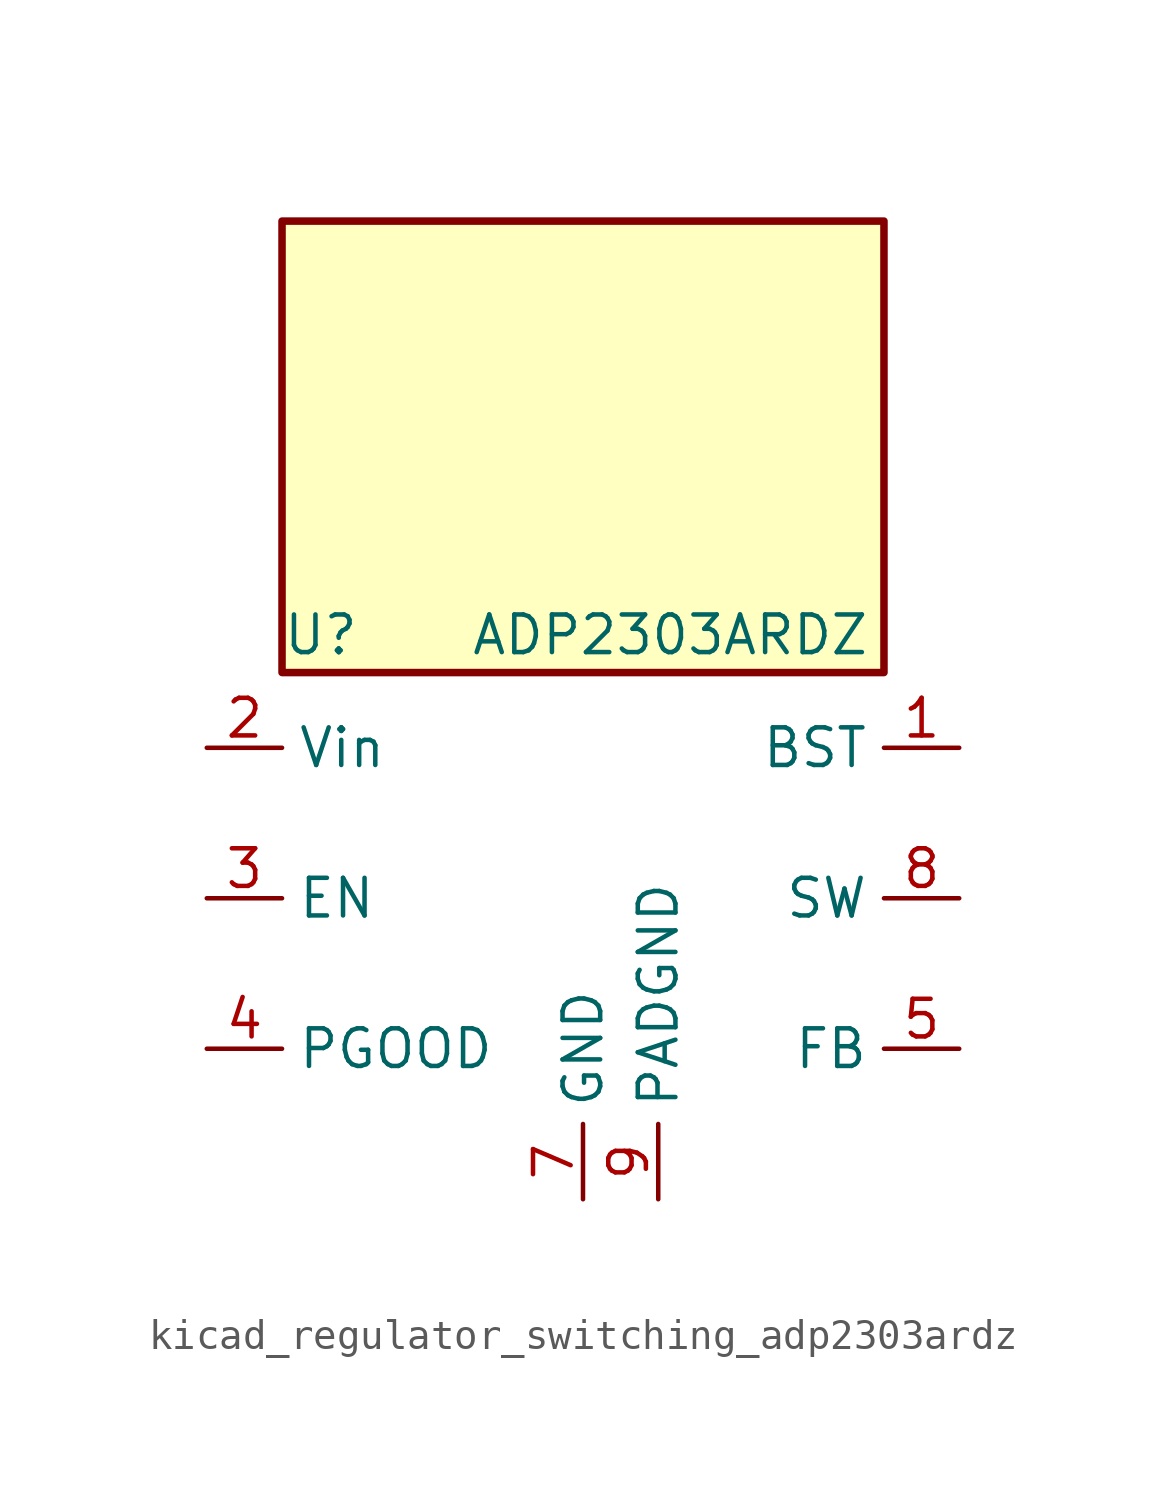
<source format=kicad_sym>
(kicad_symbol_lib
  (version 20220914)
  (generator kicad_symbol_editor)
  (symbol "kicad_regulator_switching_adp2303ardz"
    (property "Reference" "U"
      (at -10.16 8.89 0)
      (effects (font (size 1.27 1.27)) (justify left)))
    (property "Value" "ADP2303ARDZ"
      (at -3.81 8.89 0)
      (effects (font (size 1.27 1.27)) (justify left)))
    (symbol "kicad_regulator_switching_adp2303ardz_0_1"
      (rectangle (start 10.16 22.86) (end -10.16 7.62) (stroke (width 0.254) (type default)) (fill (type background))))
    (symbol "kicad_regulator_switching_adp2303ardz_1_1"
      (pin input line (at 12.7 5.08 180) (length 2.54) (name "BST" (effects (font (size 1.27 1.27)))) (number "1" (effects (font (size 1.27 1.27)))))
      (pin power_in line (at -12.7 5.08 0) (length 2.54) (name "Vin" (effects (font (size 1.27 1.27)))) (number "2" (effects (font (size 1.27 1.27)))))
      (pin input line (at -12.7 0 0) (length 2.54) (name "EN" (effects (font (size 1.27 1.27)))) (number "3" (effects (font (size 1.27 1.27)))))
      (pin output line (at -12.7 -5.08 0) (length 2.54) (name "PGOOD" (effects (font (size 1.27 1.27)))) (number "4" (effects (font (size 1.27 1.27)))))
      (pin input line (at 12.7 -5.08 180) (length 2.54) (name "FB" (effects (font (size 1.27 1.27)))) (number "5" (effects (font (size 1.27 1.27)))))
      (pin no_connect line (at -10.16 2.54 0) (length 2.54) hide (name "NC" (effects (font (size 1.27 1.27)))) (number "6" (effects (font (size 1.27 1.27)))))
      (pin power_in line (at 0 -10.16 90) (length 2.54) (name "GND" (effects (font (size 1.27 1.27)))) (number "7" (effects (font (size 1.27 1.27)))))
      (pin power_out line (at 12.7 0 180) (length 2.54) (name "SW" (effects (font (size 1.27 1.27)))) (number "8" (effects (font (size 1.27 1.27)))))
      (pin power_in line (at 2.54 -10.16 90) (length 2.54) (name "PADGND" (effects (font (size 1.27 1.27)))) (number "9" (effects (font (size 1.27 1.27))))))))
</source>
